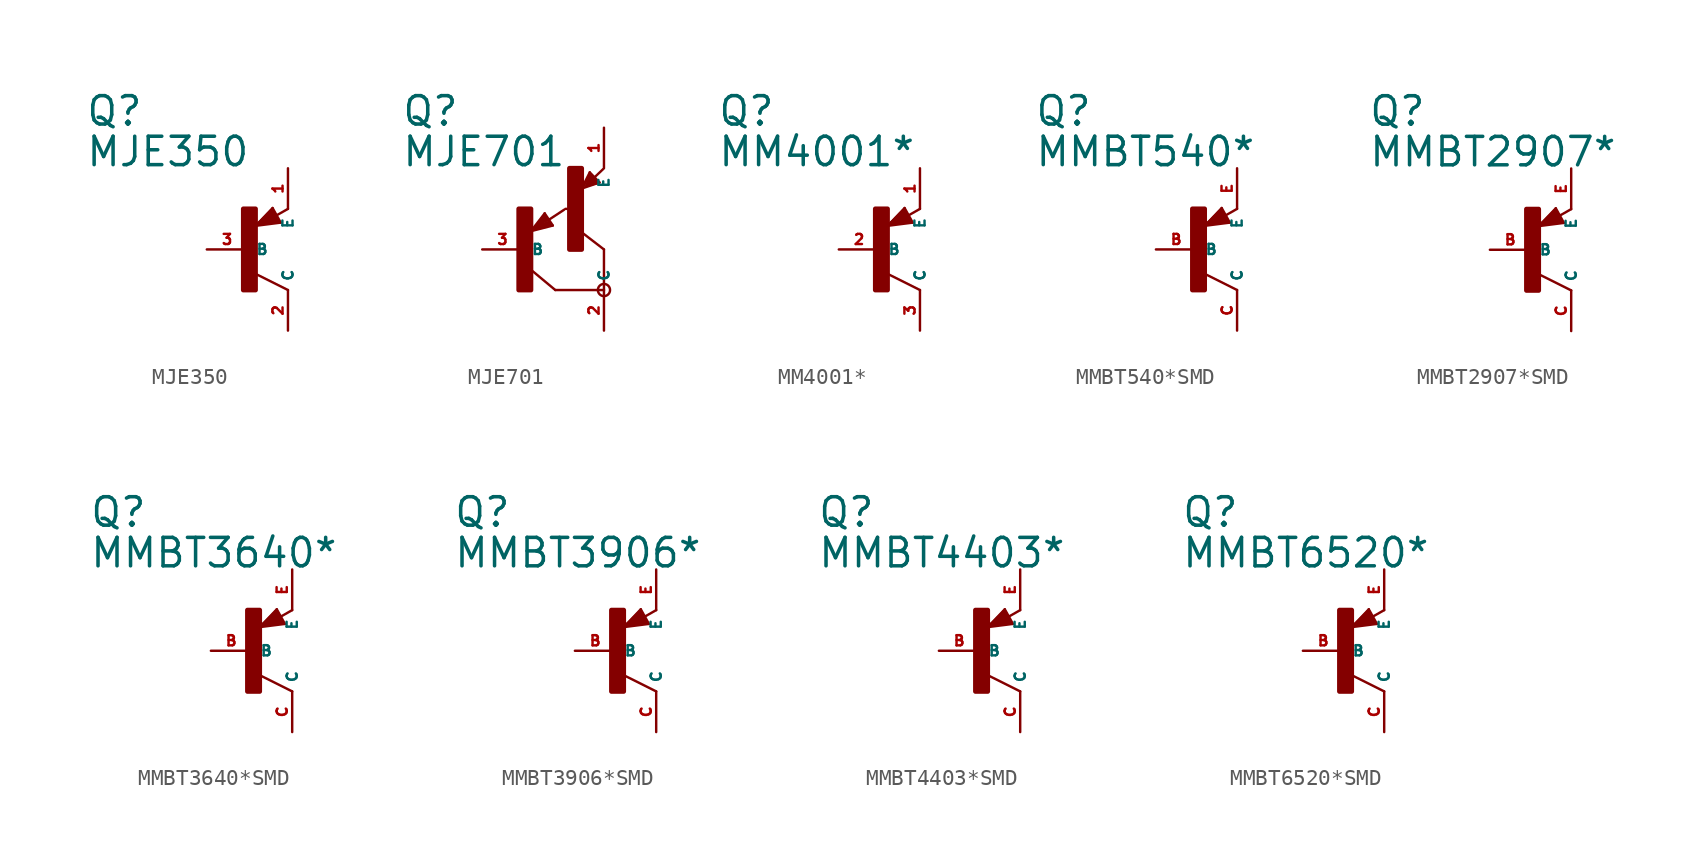
<source format=kicad_sym>
(kicad_symbol_lib
  (version 20220914)
  (generator Eagle2Kicad)
  (symbol "MJE350"
    (property "Reference" "Q"
      (at -10.16 7.62 0)
      (effects (font (size 1.778 1.778) (thickness 0.22)) (justify left bottom)))
    (property "Value" "MJE350"
      (at -10.16 5.08 0)
      (effects (font (size 1.778 1.778) (thickness 0.22)) (justify left bottom)))
    (polyline
      (pts (xy 2.086 1.678) (xy 1.578 2.594))
      (stroke (width 0.152) (type default))
      (fill (type none)))
    (polyline
      (pts (xy 1.578 2.594) (xy 0.516 1.478))
      (stroke (width 0.152) (type default))
      (fill (type none)))
    (polyline
      (pts (xy 0.516 1.478) (xy 2.086 1.678))
      (stroke (width 0.152) (type default))
      (fill (type none)))
    (polyline
      (pts (xy 2.54 2.54) (xy 1.808 2.124))
      (stroke (width 0.152) (type default))
      (fill (type none)))
    (polyline
      (pts (xy 2.54 -2.54) (xy 0.508 -1.524))
      (stroke (width 0.152) (type default))
      (fill (type none)))
    (polyline
      (pts (xy 1.905 1.778) (xy 1.524 2.413))
      (stroke (width 0.254) (type default))
      (fill (type none)))
    (polyline
      (pts (xy 1.524 2.413) (xy 0.762 1.651))
      (stroke (width 0.254) (type default))
      (fill (type none)))
    (polyline
      (pts (xy 0.762 1.651) (xy 1.778 1.778))
      (stroke (width 0.254) (type default))
      (fill (type none)))
    (polyline
      (pts (xy 1.778 1.778) (xy 1.524 2.159))
      (stroke (width 0.254) (type default))
      (fill (type none)))
    (polyline
      (pts (xy 1.524 2.159) (xy 1.143 1.905))
      (stroke (width 0.254) (type default))
      (fill (type none)))
    (polyline
      (pts (xy 1.143 1.905) (xy 1.524 1.905))
      (stroke (width 0.254) (type default))
      (fill (type none)))
    (rectangle
      (start -0.254 -2.54)
      (end 0.508 2.54)
      (stroke (width 0.3) (type default))
      (fill (type outline)))
    (pin passive line
      (at -2.54 0 0)
      (length 2.54)
      (name "B" (effects (font (size 0.635 0.635) (thickness 0.08)) (justify left bottom)))
      (number "3" (effects (font (size 0.635 0.635) (thickness 0.08)) (justify left bottom))))
    (pin passive line
      (at 2.54 5.08 270)
      (length 2.54)
      (name "E" (effects (font (size 0.635 0.635) (thickness 0.08)) (justify left bottom)))
      (number "1" (effects (font (size 0.635 0.635) (thickness 0.08)) (justify left bottom))))
    (pin passive line
      (at 2.54 -5.08 90)
      (length 2.54)
      (name "C" (effects (font (size 0.635 0.635) (thickness 0.08)) (justify left bottom)))
      (number "2" (effects (font (size 0.635 0.635) (thickness 0.08)) (justify left bottom)))))
  (symbol "MJE701"
    (property "Reference" "Q"
      (at -7.62 7.62 0)
      (effects (font (size 1.778 1.778) (thickness 0.22)) (justify left bottom)))
    (property "Value" "MJE701"
      (at -7.62 5.08 0)
      (effects (font (size 1.778 1.778) (thickness 0.22)) (justify left bottom)))
    (polyline
      (pts (xy 5.08 -2.54) (xy 2.032 -2.54))
      (stroke (width 0.152) (type default))
      (fill (type none)))
    (polyline
      (pts (xy 2.032 -2.54) (xy 0.508 -1.27))
      (stroke (width 0.152) (type default))
      (fill (type none)))
    (polyline
      (pts (xy 5.08 0) (xy 3.429 1.27))
      (stroke (width 0.152) (type default))
      (fill (type none)))
    (polyline
      (pts (xy 1.37 2.259) (xy 0.508 1.143))
      (stroke (width 0.152) (type default))
      (fill (type none)))
    (polyline
      (pts (xy 1.878 1.497) (xy 1.37 2.259))
      (stroke (width 0.152) (type default))
      (fill (type none)))
    (polyline
      (pts (xy 0.508 1.143) (xy 1.878 1.497))
      (stroke (width 0.152) (type default))
      (fill (type none)))
    (polyline
      (pts (xy 1.608 1.843) (xy 2.586 2.486))
      (stroke (width 0.152) (type default))
      (fill (type none)))
    (polyline
      (pts (xy 0.635 1.27) (xy 1.397 2.159))
      (stroke (width 0.127) (type default))
      (fill (type none)))
    (polyline
      (pts (xy 1.397 2.159) (xy 1.778 1.524))
      (stroke (width 0.127) (type default))
      (fill (type none)))
    (polyline
      (pts (xy 1.778 1.524) (xy 0.762 1.27))
      (stroke (width 0.127) (type default))
      (fill (type none)))
    (polyline
      (pts (xy 0.762 1.27) (xy 1.397 2.032))
      (stroke (width 0.127) (type default))
      (fill (type none)))
    (polyline
      (pts (xy 1.397 2.032) (xy 1.651 1.651))
      (stroke (width 0.127) (type default))
      (fill (type none)))
    (polyline
      (pts (xy 1.651 1.651) (xy 0.889 1.397))
      (stroke (width 0.254) (type default))
      (fill (type none)))
    (polyline
      (pts (xy 0.889 1.397) (xy 1.397 1.905))
      (stroke (width 0.254) (type default))
      (fill (type none)))
    (polyline
      (pts (xy 1.397 1.905) (xy 1.397 1.778))
      (stroke (width 0.254) (type default))
      (fill (type none)))
    (polyline
      (pts (xy 3.683 3.81) (xy 4.799 4.191))
      (stroke (width 0.152) (type default))
      (fill (type none)))
    (polyline
      (pts (xy 4.191 4.826) (xy 3.683 3.81))
      (stroke (width 0.152) (type default))
      (fill (type none)))
    (polyline
      (pts (xy 4.799 4.191) (xy 4.191 4.826))
      (stroke (width 0.152) (type default))
      (fill (type none)))
    (polyline
      (pts (xy 4.483 4.51) (xy 5.026 5.026))
      (stroke (width 0.152) (type default))
      (fill (type none)))
    (polyline
      (pts (xy 3.81 3.937) (xy 4.191 4.699))
      (stroke (width 0.127) (type default))
      (fill (type none)))
    (polyline
      (pts (xy 4.191 4.699) (xy 4.699 4.191))
      (stroke (width 0.127) (type default))
      (fill (type none)))
    (polyline
      (pts (xy 4.699 4.191) (xy 3.937 3.937))
      (stroke (width 0.127) (type default))
      (fill (type none)))
    (polyline
      (pts (xy 3.937 3.937) (xy 4.191 4.572))
      (stroke (width 0.127) (type default))
      (fill (type none)))
    (polyline
      (pts (xy 4.191 4.572) (xy 4.572 4.191))
      (stroke (width 0.254) (type default))
      (fill (type none)))
    (polyline
      (pts (xy 4.572 4.191) (xy 4.064 4.064))
      (stroke (width 0.254) (type default))
      (fill (type none)))
    (polyline
      (pts (xy 4.064 4.064) (xy 4.191 4.318))
      (stroke (width 0.254) (type default))
      (fill (type none)))
    (polyline
      (pts (xy 4.191 4.318) (xy 4.318 4.318))
      (stroke (width 0.254) (type default))
      (fill (type none)))
    (polyline
      (pts (xy 5.08 -2.54) (xy 5.08 0))
      (stroke (width 0.152) (type default))
      (fill (type none)))
    (polyline
      (pts (xy 2.667 2.54) (xy 2.921 2.54))
      (stroke (width 0.152) (type default))
      (fill (type none)))
    (circle
      (center 5.08 -2.54)
      (radius 0.381)
      (stroke (width 0) (type default))
      (fill (type none)))
    (rectangle
      (start -0.254 -2.54)
      (end 0.508 2.54)
      (stroke (width 0.3) (type default))
      (fill (type outline)))
    (rectangle
      (start 2.921 0)
      (end 3.683 5.08)
      (stroke (width 0.3) (type default))
      (fill (type outline)))
    (pin passive line
      (at -2.54 0 0)
      (length 2.54)
      (name "B" (effects (font (size 0.635 0.635) (thickness 0.08)) (justify left bottom)))
      (number "3" (effects (font (size 0.635 0.635) (thickness 0.08)) (justify left bottom))))
    (pin passive line
      (at 5.08 7.62 270)
      (length 2.54)
      (name "E" (effects (font (size 0.635 0.635) (thickness 0.08)) (justify left bottom)))
      (number "1" (effects (font (size 0.635 0.635) (thickness 0.08)) (justify left bottom))))
    (pin passive line
      (at 5.08 -5.08 90)
      (length 2.54)
      (name "C" (effects (font (size 0.635 0.635) (thickness 0.08)) (justify left bottom)))
      (number "2" (effects (font (size 0.635 0.635) (thickness 0.08)) (justify left bottom)))))
  (symbol "MM4001*"
    (property "Reference" "Q"
      (at -10.16 7.62 0)
      (effects (font (size 1.778 1.778) (thickness 0.22)) (justify left bottom)))
    (property "Value" "MM4001*"
      (at -10.16 5.08 0)
      (effects (font (size 1.778 1.778) (thickness 0.22)) (justify left bottom)))
    (polyline
      (pts (xy 2.086 1.678) (xy 1.578 2.594))
      (stroke (width 0.152) (type default))
      (fill (type none)))
    (polyline
      (pts (xy 1.578 2.594) (xy 0.516 1.478))
      (stroke (width 0.152) (type default))
      (fill (type none)))
    (polyline
      (pts (xy 0.516 1.478) (xy 2.086 1.678))
      (stroke (width 0.152) (type default))
      (fill (type none)))
    (polyline
      (pts (xy 2.54 2.54) (xy 1.808 2.124))
      (stroke (width 0.152) (type default))
      (fill (type none)))
    (polyline
      (pts (xy 2.54 -2.54) (xy 0.508 -1.524))
      (stroke (width 0.152) (type default))
      (fill (type none)))
    (polyline
      (pts (xy 1.905 1.778) (xy 1.524 2.413))
      (stroke (width 0.254) (type default))
      (fill (type none)))
    (polyline
      (pts (xy 1.524 2.413) (xy 0.762 1.651))
      (stroke (width 0.254) (type default))
      (fill (type none)))
    (polyline
      (pts (xy 0.762 1.651) (xy 1.778 1.778))
      (stroke (width 0.254) (type default))
      (fill (type none)))
    (polyline
      (pts (xy 1.778 1.778) (xy 1.524 2.159))
      (stroke (width 0.254) (type default))
      (fill (type none)))
    (polyline
      (pts (xy 1.524 2.159) (xy 1.143 1.905))
      (stroke (width 0.254) (type default))
      (fill (type none)))
    (polyline
      (pts (xy 1.143 1.905) (xy 1.524 1.905))
      (stroke (width 0.254) (type default))
      (fill (type none)))
    (rectangle
      (start -0.254 -2.54)
      (end 0.508 2.54)
      (stroke (width 0.3) (type default))
      (fill (type outline)))
    (pin passive line
      (at -2.54 0 0)
      (length 2.54)
      (name "B" (effects (font (size 0.635 0.635) (thickness 0.08)) (justify left bottom)))
      (number "2" (effects (font (size 0.635 0.635) (thickness 0.08)) (justify left bottom))))
    (pin passive line
      (at 2.54 5.08 270)
      (length 2.54)
      (name "E" (effects (font (size 0.635 0.635) (thickness 0.08)) (justify left bottom)))
      (number "1" (effects (font (size 0.635 0.635) (thickness 0.08)) (justify left bottom))))
    (pin passive line
      (at 2.54 -5.08 90)
      (length 2.54)
      (name "C" (effects (font (size 0.635 0.635) (thickness 0.08)) (justify left bottom)))
      (number "3" (effects (font (size 0.635 0.635) (thickness 0.08)) (justify left bottom)))))
  (symbol "MMBT540*SMD"
    (property "Reference" "Q"
      (at -10.16 7.62 0)
      (effects (font (size 1.778 1.778) (thickness 0.22)) (justify left bottom)))
    (property "Value" "MMBT540*"
      (at -10.16 5.08 0)
      (effects (font (size 1.778 1.778) (thickness 0.22)) (justify left bottom)))
    (polyline
      (pts (xy 2.086 1.678) (xy 1.578 2.594))
      (stroke (width 0.152) (type default))
      (fill (type none)))
    (polyline
      (pts (xy 1.578 2.594) (xy 0.516 1.478))
      (stroke (width 0.152) (type default))
      (fill (type none)))
    (polyline
      (pts (xy 0.516 1.478) (xy 2.086 1.678))
      (stroke (width 0.152) (type default))
      (fill (type none)))
    (polyline
      (pts (xy 2.54 2.54) (xy 1.808 2.124))
      (stroke (width 0.152) (type default))
      (fill (type none)))
    (polyline
      (pts (xy 2.54 -2.54) (xy 0.508 -1.524))
      (stroke (width 0.152) (type default))
      (fill (type none)))
    (polyline
      (pts (xy 1.905 1.778) (xy 1.524 2.413))
      (stroke (width 0.254) (type default))
      (fill (type none)))
    (polyline
      (pts (xy 1.524 2.413) (xy 0.762 1.651))
      (stroke (width 0.254) (type default))
      (fill (type none)))
    (polyline
      (pts (xy 0.762 1.651) (xy 1.778 1.778))
      (stroke (width 0.254) (type default))
      (fill (type none)))
    (polyline
      (pts (xy 1.778 1.778) (xy 1.524 2.159))
      (stroke (width 0.254) (type default))
      (fill (type none)))
    (polyline
      (pts (xy 1.524 2.159) (xy 1.143 1.905))
      (stroke (width 0.254) (type default))
      (fill (type none)))
    (polyline
      (pts (xy 1.143 1.905) (xy 1.524 1.905))
      (stroke (width 0.254) (type default))
      (fill (type none)))
    (rectangle
      (start -0.254 -2.54)
      (end 0.508 2.54)
      (stroke (width 0.3) (type default))
      (fill (type outline)))
    (pin passive line
      (at -2.54 0 0)
      (length 2.54)
      (name "B" (effects (font (size 0.635 0.635) (thickness 0.08)) (justify left bottom)))
      (number "B" (effects (font (size 0.635 0.635) (thickness 0.08)) (justify left bottom))))
    (pin passive line
      (at 2.54 5.08 270)
      (length 2.54)
      (name "E" (effects (font (size 0.635 0.635) (thickness 0.08)) (justify left bottom)))
      (number "E" (effects (font (size 0.635 0.635) (thickness 0.08)) (justify left bottom))))
    (pin passive line
      (at 2.54 -5.08 90)
      (length 2.54)
      (name "C" (effects (font (size 0.635 0.635) (thickness 0.08)) (justify left bottom)))
      (number "C" (effects (font (size 0.635 0.635) (thickness 0.08)) (justify left bottom)))))
  (symbol "MMBT2907*SMD"
    (property "Reference" "Q"
      (at -10.16 7.62 0)
      (effects (font (size 1.778 1.778) (thickness 0.22)) (justify left bottom)))
    (property "Value" "MMBT2907*"
      (at -10.16 5.08 0)
      (effects (font (size 1.778 1.778) (thickness 0.22)) (justify left bottom)))
    (polyline
      (pts (xy 2.086 1.678) (xy 1.578 2.594))
      (stroke (width 0.152) (type default))
      (fill (type none)))
    (polyline
      (pts (xy 1.578 2.594) (xy 0.516 1.478))
      (stroke (width 0.152) (type default))
      (fill (type none)))
    (polyline
      (pts (xy 0.516 1.478) (xy 2.086 1.678))
      (stroke (width 0.152) (type default))
      (fill (type none)))
    (polyline
      (pts (xy 2.54 2.54) (xy 1.808 2.124))
      (stroke (width 0.152) (type default))
      (fill (type none)))
    (polyline
      (pts (xy 2.54 -2.54) (xy 0.508 -1.524))
      (stroke (width 0.152) (type default))
      (fill (type none)))
    (polyline
      (pts (xy 1.905 1.778) (xy 1.524 2.413))
      (stroke (width 0.254) (type default))
      (fill (type none)))
    (polyline
      (pts (xy 1.524 2.413) (xy 0.762 1.651))
      (stroke (width 0.254) (type default))
      (fill (type none)))
    (polyline
      (pts (xy 0.762 1.651) (xy 1.778 1.778))
      (stroke (width 0.254) (type default))
      (fill (type none)))
    (polyline
      (pts (xy 1.778 1.778) (xy 1.524 2.159))
      (stroke (width 0.254) (type default))
      (fill (type none)))
    (polyline
      (pts (xy 1.524 2.159) (xy 1.143 1.905))
      (stroke (width 0.254) (type default))
      (fill (type none)))
    (polyline
      (pts (xy 1.143 1.905) (xy 1.524 1.905))
      (stroke (width 0.254) (type default))
      (fill (type none)))
    (rectangle
      (start -0.254 -2.54)
      (end 0.508 2.54)
      (stroke (width 0.3) (type default))
      (fill (type outline)))
    (pin passive line
      (at -2.54 0 0)
      (length 2.54)
      (name "B" (effects (font (size 0.635 0.635) (thickness 0.08)) (justify left bottom)))
      (number "B" (effects (font (size 0.635 0.635) (thickness 0.08)) (justify left bottom))))
    (pin passive line
      (at 2.54 5.08 270)
      (length 2.54)
      (name "E" (effects (font (size 0.635 0.635) (thickness 0.08)) (justify left bottom)))
      (number "E" (effects (font (size 0.635 0.635) (thickness 0.08)) (justify left bottom))))
    (pin passive line
      (at 2.54 -5.08 90)
      (length 2.54)
      (name "C" (effects (font (size 0.635 0.635) (thickness 0.08)) (justify left bottom)))
      (number "C" (effects (font (size 0.635 0.635) (thickness 0.08)) (justify left bottom)))))
  (symbol "MMBT3640*SMD"
    (property "Reference" "Q"
      (at -10.16 7.62 0)
      (effects (font (size 1.778 1.778) (thickness 0.22)) (justify left bottom)))
    (property "Value" "MMBT3640*"
      (at -10.16 5.08 0)
      (effects (font (size 1.778 1.778) (thickness 0.22)) (justify left bottom)))
    (polyline
      (pts (xy 2.086 1.678) (xy 1.578 2.594))
      (stroke (width 0.152) (type default))
      (fill (type none)))
    (polyline
      (pts (xy 1.578 2.594) (xy 0.516 1.478))
      (stroke (width 0.152) (type default))
      (fill (type none)))
    (polyline
      (pts (xy 0.516 1.478) (xy 2.086 1.678))
      (stroke (width 0.152) (type default))
      (fill (type none)))
    (polyline
      (pts (xy 2.54 2.54) (xy 1.808 2.124))
      (stroke (width 0.152) (type default))
      (fill (type none)))
    (polyline
      (pts (xy 2.54 -2.54) (xy 0.508 -1.524))
      (stroke (width 0.152) (type default))
      (fill (type none)))
    (polyline
      (pts (xy 1.905 1.778) (xy 1.524 2.413))
      (stroke (width 0.254) (type default))
      (fill (type none)))
    (polyline
      (pts (xy 1.524 2.413) (xy 0.762 1.651))
      (stroke (width 0.254) (type default))
      (fill (type none)))
    (polyline
      (pts (xy 0.762 1.651) (xy 1.778 1.778))
      (stroke (width 0.254) (type default))
      (fill (type none)))
    (polyline
      (pts (xy 1.778 1.778) (xy 1.524 2.159))
      (stroke (width 0.254) (type default))
      (fill (type none)))
    (polyline
      (pts (xy 1.524 2.159) (xy 1.143 1.905))
      (stroke (width 0.254) (type default))
      (fill (type none)))
    (polyline
      (pts (xy 1.143 1.905) (xy 1.524 1.905))
      (stroke (width 0.254) (type default))
      (fill (type none)))
    (rectangle
      (start -0.254 -2.54)
      (end 0.508 2.54)
      (stroke (width 0.3) (type default))
      (fill (type outline)))
    (pin passive line
      (at -2.54 0 0)
      (length 2.54)
      (name "B" (effects (font (size 0.635 0.635) (thickness 0.08)) (justify left bottom)))
      (number "B" (effects (font (size 0.635 0.635) (thickness 0.08)) (justify left bottom))))
    (pin passive line
      (at 2.54 5.08 270)
      (length 2.54)
      (name "E" (effects (font (size 0.635 0.635) (thickness 0.08)) (justify left bottom)))
      (number "E" (effects (font (size 0.635 0.635) (thickness 0.08)) (justify left bottom))))
    (pin passive line
      (at 2.54 -5.08 90)
      (length 2.54)
      (name "C" (effects (font (size 0.635 0.635) (thickness 0.08)) (justify left bottom)))
      (number "C" (effects (font (size 0.635 0.635) (thickness 0.08)) (justify left bottom)))))
  (symbol "MMBT3906*SMD"
    (property "Reference" "Q"
      (at -10.16 7.62 0)
      (effects (font (size 1.778 1.778) (thickness 0.22)) (justify left bottom)))
    (property "Value" "MMBT3906*"
      (at -10.16 5.08 0)
      (effects (font (size 1.778 1.778) (thickness 0.22)) (justify left bottom)))
    (polyline
      (pts (xy 2.086 1.678) (xy 1.578 2.594))
      (stroke (width 0.152) (type default))
      (fill (type none)))
    (polyline
      (pts (xy 1.578 2.594) (xy 0.516 1.478))
      (stroke (width 0.152) (type default))
      (fill (type none)))
    (polyline
      (pts (xy 0.516 1.478) (xy 2.086 1.678))
      (stroke (width 0.152) (type default))
      (fill (type none)))
    (polyline
      (pts (xy 2.54 2.54) (xy 1.808 2.124))
      (stroke (width 0.152) (type default))
      (fill (type none)))
    (polyline
      (pts (xy 2.54 -2.54) (xy 0.508 -1.524))
      (stroke (width 0.152) (type default))
      (fill (type none)))
    (polyline
      (pts (xy 1.905 1.778) (xy 1.524 2.413))
      (stroke (width 0.254) (type default))
      (fill (type none)))
    (polyline
      (pts (xy 1.524 2.413) (xy 0.762 1.651))
      (stroke (width 0.254) (type default))
      (fill (type none)))
    (polyline
      (pts (xy 0.762 1.651) (xy 1.778 1.778))
      (stroke (width 0.254) (type default))
      (fill (type none)))
    (polyline
      (pts (xy 1.778 1.778) (xy 1.524 2.159))
      (stroke (width 0.254) (type default))
      (fill (type none)))
    (polyline
      (pts (xy 1.524 2.159) (xy 1.143 1.905))
      (stroke (width 0.254) (type default))
      (fill (type none)))
    (polyline
      (pts (xy 1.143 1.905) (xy 1.524 1.905))
      (stroke (width 0.254) (type default))
      (fill (type none)))
    (rectangle
      (start -0.254 -2.54)
      (end 0.508 2.54)
      (stroke (width 0.3) (type default))
      (fill (type outline)))
    (pin passive line
      (at -2.54 0 0)
      (length 2.54)
      (name "B" (effects (font (size 0.635 0.635) (thickness 0.08)) (justify left bottom)))
      (number "B" (effects (font (size 0.635 0.635) (thickness 0.08)) (justify left bottom))))
    (pin passive line
      (at 2.54 5.08 270)
      (length 2.54)
      (name "E" (effects (font (size 0.635 0.635) (thickness 0.08)) (justify left bottom)))
      (number "E" (effects (font (size 0.635 0.635) (thickness 0.08)) (justify left bottom))))
    (pin passive line
      (at 2.54 -5.08 90)
      (length 2.54)
      (name "C" (effects (font (size 0.635 0.635) (thickness 0.08)) (justify left bottom)))
      (number "C" (effects (font (size 0.635 0.635) (thickness 0.08)) (justify left bottom)))))
  (symbol "MMBT4403*SMD"
    (property "Reference" "Q"
      (at -10.16 7.62 0)
      (effects (font (size 1.778 1.778) (thickness 0.22)) (justify left bottom)))
    (property "Value" "MMBT4403*"
      (at -10.16 5.08 0)
      (effects (font (size 1.778 1.778) (thickness 0.22)) (justify left bottom)))
    (polyline
      (pts (xy 2.086 1.678) (xy 1.578 2.594))
      (stroke (width 0.152) (type default))
      (fill (type none)))
    (polyline
      (pts (xy 1.578 2.594) (xy 0.516 1.478))
      (stroke (width 0.152) (type default))
      (fill (type none)))
    (polyline
      (pts (xy 0.516 1.478) (xy 2.086 1.678))
      (stroke (width 0.152) (type default))
      (fill (type none)))
    (polyline
      (pts (xy 2.54 2.54) (xy 1.808 2.124))
      (stroke (width 0.152) (type default))
      (fill (type none)))
    (polyline
      (pts (xy 2.54 -2.54) (xy 0.508 -1.524))
      (stroke (width 0.152) (type default))
      (fill (type none)))
    (polyline
      (pts (xy 1.905 1.778) (xy 1.524 2.413))
      (stroke (width 0.254) (type default))
      (fill (type none)))
    (polyline
      (pts (xy 1.524 2.413) (xy 0.762 1.651))
      (stroke (width 0.254) (type default))
      (fill (type none)))
    (polyline
      (pts (xy 0.762 1.651) (xy 1.778 1.778))
      (stroke (width 0.254) (type default))
      (fill (type none)))
    (polyline
      (pts (xy 1.778 1.778) (xy 1.524 2.159))
      (stroke (width 0.254) (type default))
      (fill (type none)))
    (polyline
      (pts (xy 1.524 2.159) (xy 1.143 1.905))
      (stroke (width 0.254) (type default))
      (fill (type none)))
    (polyline
      (pts (xy 1.143 1.905) (xy 1.524 1.905))
      (stroke (width 0.254) (type default))
      (fill (type none)))
    (rectangle
      (start -0.254 -2.54)
      (end 0.508 2.54)
      (stroke (width 0.3) (type default))
      (fill (type outline)))
    (pin passive line
      (at -2.54 0 0)
      (length 2.54)
      (name "B" (effects (font (size 0.635 0.635) (thickness 0.08)) (justify left bottom)))
      (number "B" (effects (font (size 0.635 0.635) (thickness 0.08)) (justify left bottom))))
    (pin passive line
      (at 2.54 5.08 270)
      (length 2.54)
      (name "E" (effects (font (size 0.635 0.635) (thickness 0.08)) (justify left bottom)))
      (number "E" (effects (font (size 0.635 0.635) (thickness 0.08)) (justify left bottom))))
    (pin passive line
      (at 2.54 -5.08 90)
      (length 2.54)
      (name "C" (effects (font (size 0.635 0.635) (thickness 0.08)) (justify left bottom)))
      (number "C" (effects (font (size 0.635 0.635) (thickness 0.08)) (justify left bottom)))))
  (symbol "MMBT6520*SMD"
    (property "Reference" "Q"
      (at -10.16 7.62 0)
      (effects (font (size 1.778 1.778) (thickness 0.22)) (justify left bottom)))
    (property "Value" "MMBT6520*"
      (at -10.16 5.08 0)
      (effects (font (size 1.778 1.778) (thickness 0.22)) (justify left bottom)))
    (polyline
      (pts (xy 2.086 1.678) (xy 1.578 2.594))
      (stroke (width 0.152) (type default))
      (fill (type none)))
    (polyline
      (pts (xy 1.578 2.594) (xy 0.516 1.478))
      (stroke (width 0.152) (type default))
      (fill (type none)))
    (polyline
      (pts (xy 0.516 1.478) (xy 2.086 1.678))
      (stroke (width 0.152) (type default))
      (fill (type none)))
    (polyline
      (pts (xy 2.54 2.54) (xy 1.808 2.124))
      (stroke (width 0.152) (type default))
      (fill (type none)))
    (polyline
      (pts (xy 2.54 -2.54) (xy 0.508 -1.524))
      (stroke (width 0.152) (type default))
      (fill (type none)))
    (polyline
      (pts (xy 1.905 1.778) (xy 1.524 2.413))
      (stroke (width 0.254) (type default))
      (fill (type none)))
    (polyline
      (pts (xy 1.524 2.413) (xy 0.762 1.651))
      (stroke (width 0.254) (type default))
      (fill (type none)))
    (polyline
      (pts (xy 0.762 1.651) (xy 1.778 1.778))
      (stroke (width 0.254) (type default))
      (fill (type none)))
    (polyline
      (pts (xy 1.778 1.778) (xy 1.524 2.159))
      (stroke (width 0.254) (type default))
      (fill (type none)))
    (polyline
      (pts (xy 1.524 2.159) (xy 1.143 1.905))
      (stroke (width 0.254) (type default))
      (fill (type none)))
    (polyline
      (pts (xy 1.143 1.905) (xy 1.524 1.905))
      (stroke (width 0.254) (type default))
      (fill (type none)))
    (rectangle
      (start -0.254 -2.54)
      (end 0.508 2.54)
      (stroke (width 0.3) (type default))
      (fill (type outline)))
    (pin passive line
      (at -2.54 0 0)
      (length 2.54)
      (name "B" (effects (font (size 0.635 0.635) (thickness 0.08)) (justify left bottom)))
      (number "B" (effects (font (size 0.635 0.635) (thickness 0.08)) (justify left bottom))))
    (pin passive line
      (at 2.54 5.08 270)
      (length 2.54)
      (name "E" (effects (font (size 0.635 0.635) (thickness 0.08)) (justify left bottom)))
      (number "E" (effects (font (size 0.635 0.635) (thickness 0.08)) (justify left bottom))))
    (pin passive line
      (at 2.54 -5.08 90)
      (length 2.54)
      (name "C" (effects (font (size 0.635 0.635) (thickness 0.08)) (justify left bottom)))
      (number "C" (effects (font (size 0.635 0.635) (thickness 0.08)) (justify left bottom))))))
</source>
